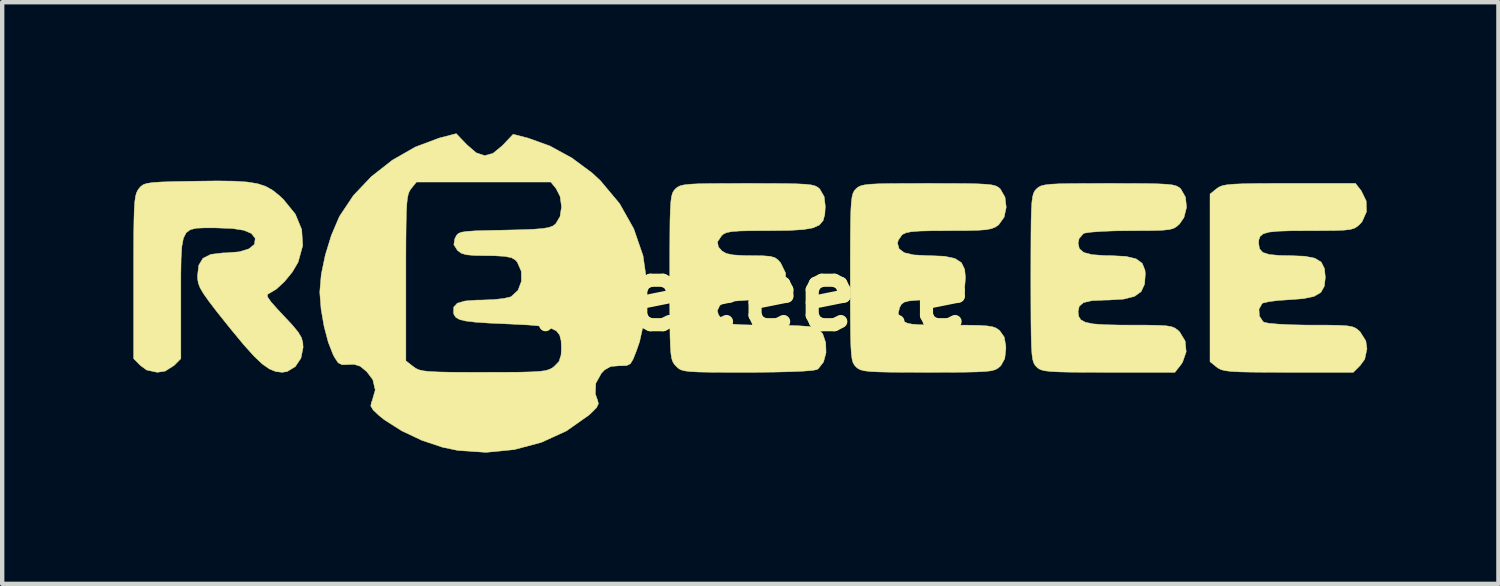
<source format=kicad_pcb>
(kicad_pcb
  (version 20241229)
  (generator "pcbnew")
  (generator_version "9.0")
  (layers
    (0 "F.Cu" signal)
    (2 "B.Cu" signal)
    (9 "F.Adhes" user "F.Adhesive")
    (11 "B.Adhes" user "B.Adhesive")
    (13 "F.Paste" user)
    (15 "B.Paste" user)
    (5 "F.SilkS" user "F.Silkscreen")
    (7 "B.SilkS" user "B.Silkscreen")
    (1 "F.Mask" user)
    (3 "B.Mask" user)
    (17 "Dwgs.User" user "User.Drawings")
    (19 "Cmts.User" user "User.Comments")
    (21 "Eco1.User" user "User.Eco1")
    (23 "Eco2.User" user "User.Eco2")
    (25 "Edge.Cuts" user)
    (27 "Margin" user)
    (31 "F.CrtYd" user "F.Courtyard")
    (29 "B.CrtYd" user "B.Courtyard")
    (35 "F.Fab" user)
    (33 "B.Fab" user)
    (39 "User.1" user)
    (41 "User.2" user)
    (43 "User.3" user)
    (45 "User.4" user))
  (footprint "reeeeeee"
    (layer "F.Cu")
    (at 14.102 3.683)
    (property "Reference" "reeeeeee" (at 0 0 0) (layer "F.SilkS") (effects (font (size 1.524 1.524) (thickness 0.3))))
    (attr through_hole)
    (fp_poly (pts (xy 13.965 -2.373) (xy 14.079 -2.14) (xy 14.086 -1.893) (xy 13.987 -1.669) (xy 13.941 -1.616) (xy 13.878 -1.558) (xy 13.81 -1.516) (xy 13.716 -1.488) (xy 13.575 -1.472) (xy 13.365 -1.464) (xy 13.066 -1.461) (xy 12.779 -1.46) (xy 12.368 -1.458) (xy 12.067 -1.448) (xy 11.859 -1.427) (xy 11.727 -1.389) (xy 11.655 -1.332) (xy 11.625 -1.25) (xy 11.62 -1.175) (xy 11.64 -1.048) (xy 11.713 -0.964) (xy 11.859 -0.915) (xy 12.098 -0.893) (xy 12.332 -0.889) (xy 12.673 -0.876) (xy 12.907 -0.83) (xy 13.052 -0.74) (xy 13.125 -0.594) (xy 13.145 -0.391) (xy 13.122 -0.19) (xy 13.043 -0.049) (xy 12.889 0.042) (xy 12.643 0.094) (xy 12.328 0.118) (xy 12.07 0.135) (xy 11.856 0.162) (xy 11.722 0.193) (xy 11.7 0.205) (xy 11.628 0.334) (xy 11.637 0.492) (xy 11.72 0.618) (xy 11.743 0.633) (xy 11.85 0.657) (xy 12.06 0.676) (xy 12.348 0.691) (xy 12.69 0.698) (xy 12.826 0.699) (xy 13.195 0.699) (xy 13.458 0.704) (xy 13.639 0.715) (xy 13.76 0.736) (xy 13.841 0.77) (xy 13.906 0.82) (xy 13.941 0.854) (xy 14.071 1.06) (xy 14.097 1.238) (xy 14.045 1.481) (xy 13.941 1.622) (xy 13.785 1.778) (xy 12.297 1.778) (xy 11.821 1.777) (xy 11.455 1.774) (xy 11.183 1.768) (xy 10.987 1.757) (xy 10.852 1.74) (xy 10.76 1.716) (xy 10.695 1.683) (xy 10.659 1.657) (xy 10.509 1.535) (xy 10.509 -2.297) (xy 10.659 -2.419) (xy 10.715 -2.457) (xy 10.787 -2.487) (xy 10.891 -2.508) (xy 11.043 -2.523) (xy 11.261 -2.532) (xy 11.561 -2.538) (xy 11.959 -2.54) (xy 12.321 -2.54) (xy 13.834 -2.54) (xy 13.965 -2.373)) (stroke (width 0.01) (type solid)) (fill yes) (layer "F.SilkS"))
    (fp_poly (pts (xy -11.798 -2.592) (xy -11.497 -2.572) (xy -11.264 -2.534) (xy -11.079 -2.473) (xy -10.921 -2.385) (xy -10.771 -2.265) (xy -10.671 -2.171) (xy -10.401 -1.839) (xy -10.255 -1.487) (xy -10.232 -1.12) (xy -10.335 -0.746) (xy -10.342 -0.73) (xy -10.471 -0.513) (xy -10.645 -0.3) (xy -10.832 -0.126) (xy -10.996 -0.028) (xy -11 -0.027) (xy -11.042 0.003) (xy -11.032 0.061) (xy -10.959 0.166) (xy -10.812 0.332) (xy -10.671 0.482) (xy -10.465 0.703) (xy -10.334 0.862) (xy -10.261 0.985) (xy -10.23 1.098) (xy -10.223 1.21) (xy -10.272 1.453) (xy -10.401 1.647) (xy -10.586 1.76) (xy -10.7 1.778) (xy -10.847 1.761) (xy -10.994 1.701) (xy -11.157 1.587) (xy -11.347 1.407) (xy -11.579 1.149) (xy -11.867 0.801) (xy -11.938 0.713) (xy -12.192 0.395) (xy -12.375 0.156) (xy -12.5 -0.021) (xy -12.578 -0.154) (xy -12.619 -0.262) (xy -12.635 -0.363) (xy -12.637 -0.428) (xy -12.608 -0.67) (xy -12.512 -0.829) (xy -12.333 -0.918) (xy -12.053 -0.952) (xy -11.977 -0.953) (xy -11.68 -0.977) (xy -11.461 -1.045) (xy -11.335 -1.148) (xy -11.318 -1.278) (xy -11.323 -1.293) (xy -11.408 -1.398) (xy -11.577 -1.469) (xy -11.844 -1.51) (xy -12.222 -1.524) (xy -12.25 -1.524) (xy -12.485 -1.524) (xy -12.666 -1.516) (xy -12.801 -1.483) (xy -12.896 -1.413) (xy -12.959 -1.29) (xy -12.995 -1.1) (xy -13.012 -0.828) (xy -13.018 -0.46) (xy -13.018 0.018) (xy -13.018 0.087) (xy -13.018 1.466) (xy -13.173 1.622) (xy -13.379 1.752) (xy -13.557 1.778) (xy -13.8 1.726) (xy -13.941 1.622) (xy -14.097 1.466) (xy -14.097 -0.403) (xy -14.097 -0.942) (xy -14.095 -1.368) (xy -14.09 -1.697) (xy -14.083 -1.943) (xy -14.071 -2.12) (xy -14.054 -2.243) (xy -14.031 -2.327) (xy -14.002 -2.386) (xy -13.976 -2.422) (xy -13.929 -2.475) (xy -13.873 -2.514) (xy -13.789 -2.541) (xy -13.659 -2.56) (xy -13.463 -2.573) (xy -13.183 -2.582) (xy -12.799 -2.589) (xy -12.679 -2.591) (xy -12.185 -2.597) (xy -11.798 -2.592)) (stroke (width 0.01) (type solid)) (fill yes) (layer "F.SilkS"))
    (fp_poly (pts (xy 8.672 -2.539) (xy 9.041 -2.537) (xy 9.317 -2.531) (xy 9.513 -2.521) (xy 9.648 -2.506) (xy 9.737 -2.483) (xy 9.797 -2.452) (xy 9.842 -2.413) (xy 9.949 -2.225) (xy 9.972 -1.991) (xy 9.913 -1.76) (xy 9.814 -1.616) (xy 9.749 -1.557) (xy 9.679 -1.514) (xy 9.583 -1.487) (xy 9.437 -1.471) (xy 9.22 -1.463) (xy 8.911 -1.461) (xy 8.698 -1.46) (xy 8.342 -1.456) (xy 8.031 -1.444) (xy 7.79 -1.426) (xy 7.642 -1.404) (xy 7.616 -1.395) (xy 7.517 -1.281) (xy 7.493 -1.175) (xy 7.522 -1.048) (xy 7.622 -0.962) (xy 7.807 -0.912) (xy 8.095 -0.891) (xy 8.244 -0.889) (xy 8.586 -0.872) (xy 8.819 -0.816) (xy 8.96 -0.712) (xy 9.023 -0.553) (xy 9.03 -0.475) (xy 9.013 -0.238) (xy 8.935 -0.068) (xy 8.782 0.042) (xy 8.538 0.104) (xy 8.188 0.126) (xy 8.099 0.127) (xy 7.806 0.14) (xy 7.618 0.184) (xy 7.52 0.266) (xy 7.493 0.389) (xy 7.506 0.499) (xy 7.557 0.579) (xy 7.662 0.635) (xy 7.836 0.671) (xy 8.097 0.69) (xy 8.461 0.698) (xy 8.675 0.699) (xy 9.049 0.699) (xy 9.317 0.704) (xy 9.502 0.714) (xy 9.625 0.734) (xy 9.708 0.767) (xy 9.773 0.815) (xy 9.814 0.854) (xy 9.941 1.064) (xy 9.964 1.309) (xy 9.88 1.55) (xy 9.838 1.611) (xy 9.706 1.778) (xy 8.187 1.778) (xy 7.707 1.777) (xy 7.338 1.775) (xy 7.064 1.769) (xy 6.868 1.759) (xy 6.733 1.743) (xy 6.645 1.721) (xy 6.585 1.69) (xy 6.54 1.651) (xy 6.504 1.609) (xy 6.476 1.556) (xy 6.454 1.476) (xy 6.438 1.356) (xy 6.427 1.18) (xy 6.42 0.936) (xy 6.416 0.607) (xy 6.414 0.182) (xy 6.413 -0.357) (xy 6.413 -0.381) (xy 6.414 -0.924) (xy 6.416 -1.354) (xy 6.419 -1.686) (xy 6.426 -1.934) (xy 6.437 -2.112) (xy 6.453 -2.234) (xy 6.475 -2.315) (xy 6.503 -2.37) (xy 6.539 -2.411) (xy 6.54 -2.413) (xy 6.587 -2.453) (xy 6.647 -2.484) (xy 6.737 -2.506) (xy 6.873 -2.522) (xy 7.071 -2.532) (xy 7.348 -2.537) (xy 7.72 -2.539) (xy 8.191 -2.54) (xy 8.672 -2.539)) (stroke (width 0.01) (type solid)) (fill yes) (layer "F.SilkS"))
    (fp_poly (pts (xy 0.417 -2.539) (xy 0.786 -2.537) (xy 1.062 -2.531) (xy 1.258 -2.521) (xy 1.393 -2.506) (xy 1.482 -2.483) (xy 1.542 -2.452) (xy 1.587 -2.413) (xy 1.688 -2.239) (xy 1.714 -2.016) (xy 1.703 -1.83) (xy 1.664 -1.69) (xy 1.579 -1.59) (xy 1.433 -1.524) (xy 1.21 -1.485) (xy 0.894 -1.466) (xy 0.47 -1.461) (xy 0.395 -1.46) (xy 0.023 -1.459) (xy -0.243 -1.453) (xy -0.424 -1.439) (xy -0.541 -1.417) (xy -0.615 -1.382) (xy -0.657 -1.344) (xy -0.75 -1.205) (xy -0.73 -1.088) (xy -0.646 -0.994) (xy -0.55 -0.939) (xy -0.397 -0.906) (xy -0.159 -0.891) (xy 0.016 -0.889) (xy 0.284 -0.886) (xy 0.456 -0.873) (xy 0.564 -0.842) (xy 0.64 -0.785) (xy 0.694 -0.722) (xy 0.807 -0.49) (xy 0.804 -0.251) (xy 0.706 -0.057) (xy 0.636 0.013) (xy 0.544 0.059) (xy 0.4 0.09) (xy 0.176 0.112) (xy -0.026 0.124) (xy -0.345 0.148) (xy -0.553 0.181) (xy -0.669 0.224) (xy -0.7 0.254) (xy -0.754 0.37) (xy -0.727 0.467) (xy -0.635 0.572) (xy -0.576 0.621) (xy -0.498 0.655) (xy -0.381 0.678) (xy -0.202 0.691) (xy 0.059 0.697) (xy 0.425 0.698) (xy 0.449 0.699) (xy 0.793 0.703) (xy 1.098 0.714) (xy 1.34 0.73) (xy 1.491 0.751) (xy 1.523 0.762) (xy 1.655 0.897) (xy 1.724 1.101) (xy 1.731 1.33) (xy 1.674 1.542) (xy 1.554 1.695) (xy 1.521 1.716) (xy 1.424 1.734) (xy 1.217 1.751) (xy 0.918 1.764) (xy 0.545 1.773) (xy 0.114 1.778) (xy -0.08 1.778) (xy -0.551 1.778) (xy -0.913 1.776) (xy -1.18 1.771) (xy -1.37 1.761) (xy -1.499 1.745) (xy -1.585 1.722) (xy -1.642 1.689) (xy -1.69 1.646) (xy -1.703 1.631) (xy -1.743 1.586) (xy -1.774 1.533) (xy -1.798 1.458) (xy -1.815 1.347) (xy -1.827 1.186) (xy -1.835 0.959) (xy -1.839 0.652) (xy -1.841 0.251) (xy -1.841 -0.259) (xy -1.841 -0.401) (xy -1.841 -0.941) (xy -1.839 -1.368) (xy -1.836 -1.697) (xy -1.828 -1.942) (xy -1.817 -2.118) (xy -1.801 -2.238) (xy -1.779 -2.318) (xy -1.75 -2.372) (xy -1.714 -2.413) (xy -1.668 -2.453) (xy -1.608 -2.484) (xy -1.518 -2.506) (xy -1.382 -2.522) (xy -1.184 -2.532) (xy -0.907 -2.537) (xy -0.535 -2.539) (xy -0.064 -2.54) (xy 0.417 -2.539)) (stroke (width 0.01) (type solid)) (fill yes) (layer "F.SilkS"))
    (fp_poly (pts (xy 4.544 -2.539) (xy 4.914 -2.537) (xy 5.189 -2.531) (xy 5.386 -2.521) (xy 5.521 -2.506) (xy 5.61 -2.483) (xy 5.67 -2.452) (xy 5.715 -2.413) (xy 5.822 -2.226) (xy 5.85 -1.995) (xy 5.802 -1.768) (xy 5.678 -1.595) (xy 5.675 -1.592) (xy 5.6 -1.541) (xy 5.512 -1.506) (xy 5.388 -1.482) (xy 5.206 -1.469) (xy 4.943 -1.462) (xy 4.578 -1.461) (xy 4.536 -1.46) (xy 4.15 -1.458) (xy 3.87 -1.451) (xy 3.679 -1.436) (xy 3.557 -1.411) (xy 3.483 -1.376) (xy 3.465 -1.361) (xy 3.384 -1.244) (xy 3.365 -1.175) (xy 3.402 -1.044) (xy 3.52 -0.956) (xy 3.734 -0.906) (xy 4.057 -0.889) (xy 4.093 -0.889) (xy 4.439 -0.875) (xy 4.678 -0.824) (xy 4.826 -0.728) (xy 4.9 -0.576) (xy 4.918 -0.389) (xy 4.903 -0.192) (xy 4.844 -0.055) (xy 4.721 0.033) (xy 4.517 0.085) (xy 4.211 0.112) (xy 4.089 0.117) (xy 3.807 0.13) (xy 3.624 0.147) (xy 3.516 0.175) (xy 3.455 0.222) (xy 3.415 0.292) (xy 3.38 0.43) (xy 3.441 0.549) (xy 3.461 0.571) (xy 3.514 0.62) (xy 3.585 0.654) (xy 3.695 0.677) (xy 3.865 0.69) (xy 4.115 0.697) (xy 4.467 0.698) (xy 4.57 0.699) (xy 4.95 0.7) (xy 5.224 0.705) (xy 5.414 0.717) (xy 5.541 0.738) (xy 5.625 0.77) (xy 5.689 0.816) (xy 5.703 0.828) (xy 5.804 0.971) (xy 5.841 1.176) (xy 5.842 1.238) (xy 5.817 1.464) (xy 5.733 1.618) (xy 5.703 1.649) (xy 5.653 1.689) (xy 5.591 1.721) (xy 5.5 1.744) (xy 5.364 1.759) (xy 5.167 1.769) (xy 4.892 1.775) (xy 4.523 1.777) (xy 4.052 1.778) (xy 3.574 1.777) (xy 3.206 1.775) (xy 2.933 1.769) (xy 2.738 1.759) (xy 2.604 1.743) (xy 2.516 1.72) (xy 2.457 1.689) (xy 2.413 1.651) (xy 2.377 1.609) (xy 2.348 1.556) (xy 2.326 1.476) (xy 2.31 1.356) (xy 2.299 1.18) (xy 2.292 0.936) (xy 2.288 0.607) (xy 2.286 0.182) (xy 2.286 -0.357) (xy 2.286 -0.381) (xy 2.286 -0.924) (xy 2.288 -1.354) (xy 2.292 -1.686) (xy 2.299 -1.934) (xy 2.31 -2.112) (xy 2.326 -2.234) (xy 2.347 -2.315) (xy 2.376 -2.37) (xy 2.411 -2.411) (xy 2.413 -2.413) (xy 2.459 -2.453) (xy 2.52 -2.484) (xy 2.609 -2.506) (xy 2.745 -2.522) (xy 2.944 -2.532) (xy 3.221 -2.537) (xy 3.592 -2.539) (xy 4.064 -2.54) (xy 4.544 -2.539)) (stroke (width 0.01) (type solid)) (fill yes) (layer "F.SilkS"))
    (fp_poly (pts (xy -6.482 -3.427) (xy -6.267 -3.241) (xy -6.074 -3.175) (xy -5.883 -3.227) (xy -5.673 -3.399) (xy -5.653 -3.419) (xy -5.421 -3.664) (xy -5.084 -3.577) (xy -4.583 -3.397) (xy -4.079 -3.122) (xy -3.614 -2.777) (xy -3.428 -2.604) (xy -2.99 -2.081) (xy -2.665 -1.505) (xy -2.453 -0.889) (xy -2.359 -0.245) (xy -2.385 0.416) (xy -2.532 1.081) (xy -2.601 1.28) (xy -2.678 1.477) (xy -2.742 1.582) (xy -2.824 1.623) (xy -2.956 1.629) (xy -2.992 1.628) (xy -3.19 1.644) (xy -3.33 1.722) (xy -3.404 1.798) (xy -3.532 2.029) (xy -3.543 2.272) (xy -3.493 2.412) (xy -3.472 2.496) (xy -3.517 2.588) (xy -3.645 2.716) (xy -3.699 2.763) (xy -4.203 3.118) (xy -4.777 3.38) (xy -5.397 3.545) (xy -6.041 3.608) (xy -6.685 3.564) (xy -7.036 3.491) (xy -7.511 3.332) (xy -7.97 3.115) (xy -8.366 2.863) (xy -8.486 2.767) (xy -8.623 2.638) (xy -8.676 2.547) (xy -8.66 2.46) (xy -8.645 2.43) (xy -8.574 2.183) (xy -8.629 1.947) (xy -8.765 1.766) (xy -8.916 1.64) (xy -9.058 1.595) (xy -9.183 1.6) (xy -9.329 1.606) (xy -9.421 1.561) (xy -9.504 1.436) (xy -9.535 1.378) (xy -9.648 1.09) (xy -9.744 0.726) (xy -9.812 0.334) (xy -9.841 -0.035) (xy -9.841 -0.069) (xy -9.815 -0.379) (xy -7.874 -0.379) (xy -7.874 1.515) (xy -7.707 1.646) (xy -7.646 1.689) (xy -7.575 1.721) (xy -7.477 1.744) (xy -7.334 1.76) (xy -7.128 1.77) (xy -6.844 1.776) (xy -6.463 1.778) (xy -6.096 1.778) (xy -5.629 1.777) (xy -5.273 1.775) (xy -5.008 1.768) (xy -4.819 1.757) (xy -4.688 1.74) (xy -4.598 1.714) (xy -4.531 1.68) (xy -4.485 1.646) (xy -4.373 1.53) (xy -4.326 1.383) (xy -4.318 1.234) (xy -4.325 1.058) (xy -4.358 0.927) (xy -4.432 0.832) (xy -4.564 0.767) (xy -4.771 0.724) (xy -5.069 0.696) (xy -5.474 0.675) (xy -5.565 0.671) (xy -5.984 0.652) (xy -6.292 0.631) (xy -6.508 0.605) (xy -6.649 0.57) (xy -6.731 0.523) (xy -6.773 0.46) (xy -6.784 0.419) (xy -6.78 0.287) (xy -6.699 0.199) (xy -6.526 0.148) (xy -6.246 0.127) (xy -6.136 0.126) (xy -5.872 0.116) (xy -5.641 0.091) (xy -5.485 0.055) (xy -5.466 0.047) (xy -5.31 -0.097) (xy -5.232 -0.303) (xy -5.235 -0.531) (xy -5.326 -0.738) (xy -5.37 -0.789) (xy -5.459 -0.842) (xy -5.613 -0.873) (xy -5.856 -0.887) (xy -6.027 -0.889) (xy -6.306 -0.893) (xy -6.488 -0.909) (xy -6.604 -0.942) (xy -6.683 -0.999) (xy -6.699 -1.016) (xy -6.777 -1.139) (xy -6.757 -1.269) (xy -6.744 -1.298) (xy -6.715 -1.355) (xy -6.674 -1.396) (xy -6.601 -1.425) (xy -6.478 -1.443) (xy -6.285 -1.456) (xy -6.003 -1.464) (xy -5.63 -1.472) (xy -5.235 -1.481) (xy -4.947 -1.493) (xy -4.746 -1.509) (xy -4.61 -1.532) (xy -4.52 -1.564) (xy -4.456 -1.609) (xy -4.451 -1.613) (xy -4.35 -1.781) (xy -4.315 -2.007) (xy -4.348 -2.242) (xy -4.439 -2.422) (xy -4.561 -2.572) (xy -7.631 -2.572) (xy -7.753 -2.422) (xy -7.787 -2.372) (xy -7.815 -2.308) (xy -7.836 -2.215) (xy -7.851 -2.08) (xy -7.862 -1.887) (xy -7.868 -1.622) (xy -7.872 -1.27) (xy -7.874 -0.818) (xy -7.874 -0.379) (xy -9.815 -0.379) (xy -9.808 -0.459) (xy -9.716 -0.902) (xy -9.578 -1.35) (xy -9.407 -1.752) (xy -9.384 -1.798) (xy -9.073 -2.264) (xy -8.664 -2.695) (xy -8.183 -3.072) (xy -7.657 -3.373) (xy -7.114 -3.576) (xy -7.086 -3.584) (xy -6.722 -3.678) (xy -6.482 -3.427)) (stroke (width 0.01) (type solid)) (fill yes) (layer "F.SilkS")))
  (gr_rect
    (start -3 -3)
    (end 31.204 10.297)
    (stroke (width 0.1) (type default))
    (fill no)
    (layer "Edge.Cuts")))
</source>
